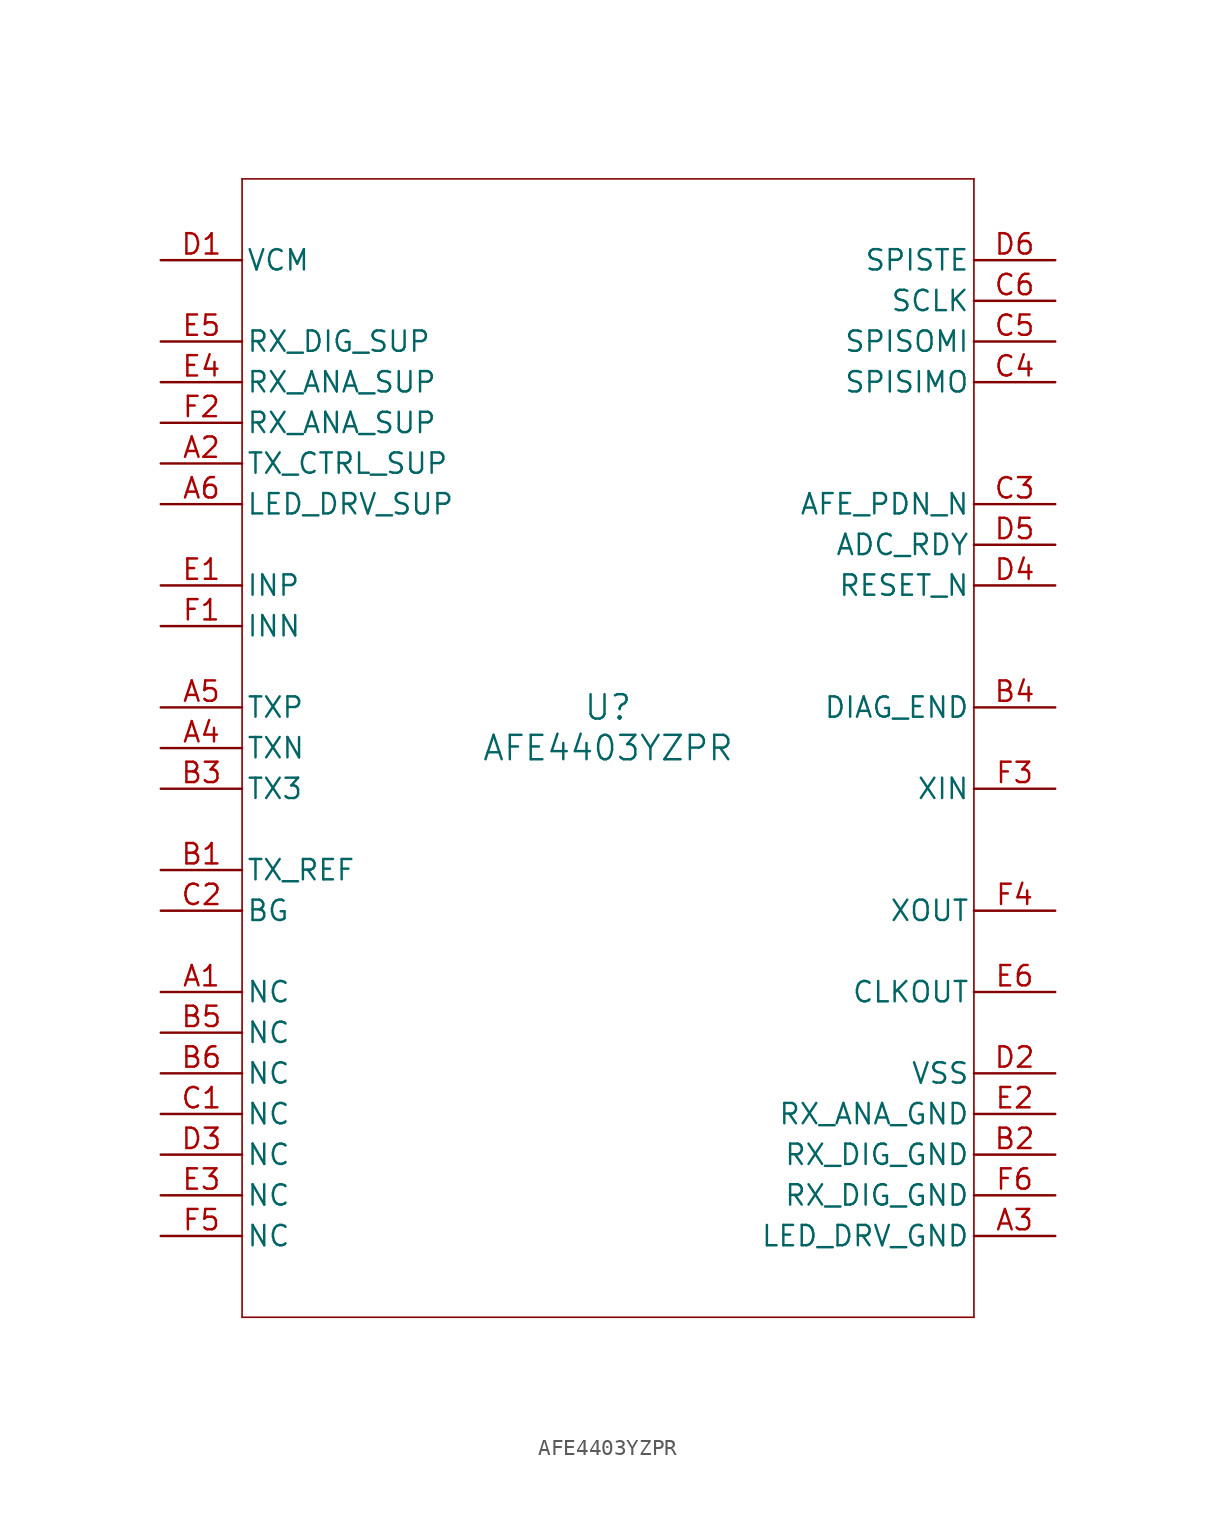
<source format=kicad_sym>
(kicad_symbol_lib
  (version 20211014)
  (generator kicad_symbol_editor)
  (symbol "AFE4403YZPR"
    (pin_names
      (offset 0.254))
    (property "Reference" "U"
      (at 0 2.54 0)
      (effects (font (size 1.524 1.524))))
    (property "Value" "AFE4403YZPR"
      (at 0 0 0)
      (effects (font (size 1.524 1.524))))
    (symbol "AFE4403YZPR_0_1"
      (polyline (pts (xy -22.86 -35.56) (xy 22.86 -35.56)) (stroke (width 0.102) (type default) (color 0 0 0 0)) (fill (type none)))
      (polyline (pts (xy 22.86 -35.56) (xy 22.86 35.56)) (stroke (width 0.102) (type default) (color 0 0 0 0)) (fill (type none)))
      (polyline (pts (xy 22.86 35.56) (xy -22.86 35.56)) (stroke (width 0.102) (type default) (color 0 0 0 0)) (fill (type none)))
      (polyline (pts (xy -22.86 35.56) (xy -22.86 -35.56)) (stroke (width 0.102) (type default) (color 0 0 0 0)) (fill (type none)))
      (pin unspecified line (at -27.94 -15.24 0) (length 5.08) (name "NC" (effects (font (size 1.27 1.27)))) (number "A1" (effects (font (size 1.27 1.27)))))
      (pin power_in line (at -27.94 17.78 0) (length 5.08) (name "TX_CTRL_SUP" (effects (font (size 1.27 1.27)))) (number "A2" (effects (font (size 1.27 1.27)))))
      (pin power_in line (at 27.94 -30.48 180) (length 5.08) (name "LED_DRV_GND" (effects (font (size 1.27 1.27)))) (number "A3" (effects (font (size 1.27 1.27)))))
      (pin output line (at -27.94 0 0) (length 5.08) (name "TXN" (effects (font (size 1.27 1.27)))) (number "A4" (effects (font (size 1.27 1.27)))))
      (pin output line (at -27.94 2.54 0) (length 5.08) (name "TXP" (effects (font (size 1.27 1.27)))) (number "A5" (effects (font (size 1.27 1.27)))))
      (pin power_in line (at -27.94 15.24 0) (length 5.08) (name "LED_DRV_SUP" (effects (font (size 1.27 1.27)))) (number "A6" (effects (font (size 1.27 1.27)))))
      (pin input line (at -27.94 -7.62 0) (length 5.08) (name "TX_REF" (effects (font (size 1.27 1.27)))) (number "B1" (effects (font (size 1.27 1.27)))))
      (pin power_in line (at 27.94 -25.4 180) (length 5.08) (name "RX_DIG_GND" (effects (font (size 1.27 1.27)))) (number "B2" (effects (font (size 1.27 1.27)))))
      (pin output line (at -27.94 -2.54 0) (length 5.08) (name "TX3" (effects (font (size 1.27 1.27)))) (number "B3" (effects (font (size 1.27 1.27)))))
      (pin output line (at 27.94 2.54 180) (length 5.08) (name "DIAG_END" (effects (font (size 1.27 1.27)))) (number "B4" (effects (font (size 1.27 1.27)))))
      (pin unspecified line (at -27.94 -17.78 0) (length 5.08) (name "NC" (effects (font (size 1.27 1.27)))) (number "B5" (effects (font (size 1.27 1.27)))))
      (pin unspecified line (at -27.94 -20.32 0) (length 5.08) (name "NC" (effects (font (size 1.27 1.27)))) (number "B6" (effects (font (size 1.27 1.27)))))
      (pin unspecified line (at -27.94 -22.86 0) (length 5.08) (name "NC" (effects (font (size 1.27 1.27)))) (number "C1" (effects (font (size 1.27 1.27)))))
      (pin unspecified line (at -27.94 -10.16 0) (length 5.08) (name "BG" (effects (font (size 1.27 1.27)))) (number "C2" (effects (font (size 1.27 1.27)))))
      (pin input line (at 27.94 15.24 180) (length 5.08) (name "AFE_PDN_N" (effects (font (size 1.27 1.27)))) (number "C3" (effects (font (size 1.27 1.27)))))
      (pin output line (at 27.94 22.86 180) (length 5.08) (name "SPISIMO" (effects (font (size 1.27 1.27)))) (number "C4" (effects (font (size 1.27 1.27)))))
      (pin input line (at 27.94 25.4 180) (length 5.08) (name "SPISOMI" (effects (font (size 1.27 1.27)))) (number "C5" (effects (font (size 1.27 1.27)))))
      (pin input line (at 27.94 27.94 180) (length 5.08) (name "SCLK" (effects (font (size 1.27 1.27)))) (number "C6" (effects (font (size 1.27 1.27)))))
      (pin power_in line (at -27.94 30.48 0) (length 5.08) (name "VCM" (effects (font (size 1.27 1.27)))) (number "D1" (effects (font (size 1.27 1.27)))))
      (pin power_in line (at 27.94 -20.32 180) (length 5.08) (name "VSS" (effects (font (size 1.27 1.27)))) (number "D2" (effects (font (size 1.27 1.27)))))
      (pin unspecified line (at -27.94 -25.4 0) (length 5.08) (name "NC" (effects (font (size 1.27 1.27)))) (number "D3" (effects (font (size 1.27 1.27)))))
      (pin input line (at 27.94 10.16 180) (length 5.08) (name "RESET_N" (effects (font (size 1.27 1.27)))) (number "D4" (effects (font (size 1.27 1.27)))))
      (pin output line (at 27.94 12.7 180) (length 5.08) (name "ADC_RDY" (effects (font (size 1.27 1.27)))) (number "D5" (effects (font (size 1.27 1.27)))))
      (pin unspecified line (at 27.94 30.48 180) (length 5.08) (name "SPISTE" (effects (font (size 1.27 1.27)))) (number "D6" (effects (font (size 1.27 1.27)))))
      (pin input line (at -27.94 10.16 0) (length 5.08) (name "INP" (effects (font (size 1.27 1.27)))) (number "E1" (effects (font (size 1.27 1.27)))))
      (pin power_in line (at 27.94 -22.86 180) (length 5.08) (name "RX_ANA_GND" (effects (font (size 1.27 1.27)))) (number "E2" (effects (font (size 1.27 1.27)))))
      (pin unspecified line (at -27.94 -27.94 0) (length 5.08) (name "NC" (effects (font (size 1.27 1.27)))) (number "E3" (effects (font (size 1.27 1.27)))))
      (pin power_in line (at -27.94 22.86 0) (length 5.08) (name "RX_ANA_SUP" (effects (font (size 1.27 1.27)))) (number "E4" (effects (font (size 1.27 1.27)))))
      (pin power_in line (at -27.94 25.4 0) (length 5.08) (name "RX_DIG_SUP" (effects (font (size 1.27 1.27)))) (number "E5" (effects (font (size 1.27 1.27)))))
      (pin output line (at 27.94 -15.24 180) (length 5.08) (name "CLKOUT" (effects (font (size 1.27 1.27)))) (number "E6" (effects (font (size 1.27 1.27)))))
      (pin input line (at -27.94 7.62 0) (length 5.08) (name "INN" (effects (font (size 1.27 1.27)))) (number "F1" (effects (font (size 1.27 1.27)))))
      (pin power_in line (at -27.94 20.32 0) (length 5.08) (name "RX_ANA_SUP" (effects (font (size 1.27 1.27)))) (number "F2" (effects (font (size 1.27 1.27)))))
      (pin unspecified line (at 27.94 -2.54 180) (length 5.08) (name "XIN" (effects (font (size 1.27 1.27)))) (number "F3" (effects (font (size 1.27 1.27)))))
      (pin unspecified line (at 27.94 -10.16 180) (length 5.08) (name "XOUT" (effects (font (size 1.27 1.27)))) (number "F4" (effects (font (size 1.27 1.27)))))
      (pin unspecified line (at -27.94 -30.48 0) (length 5.08) (name "NC" (effects (font (size 1.27 1.27)))) (number "F5" (effects (font (size 1.27 1.27)))))
      (pin power_in line (at 27.94 -27.94 180) (length 5.08) (name "RX_DIG_GND" (effects (font (size 1.27 1.27)))) (number "F6" (effects (font (size 1.27 1.27))))))))
</source>
